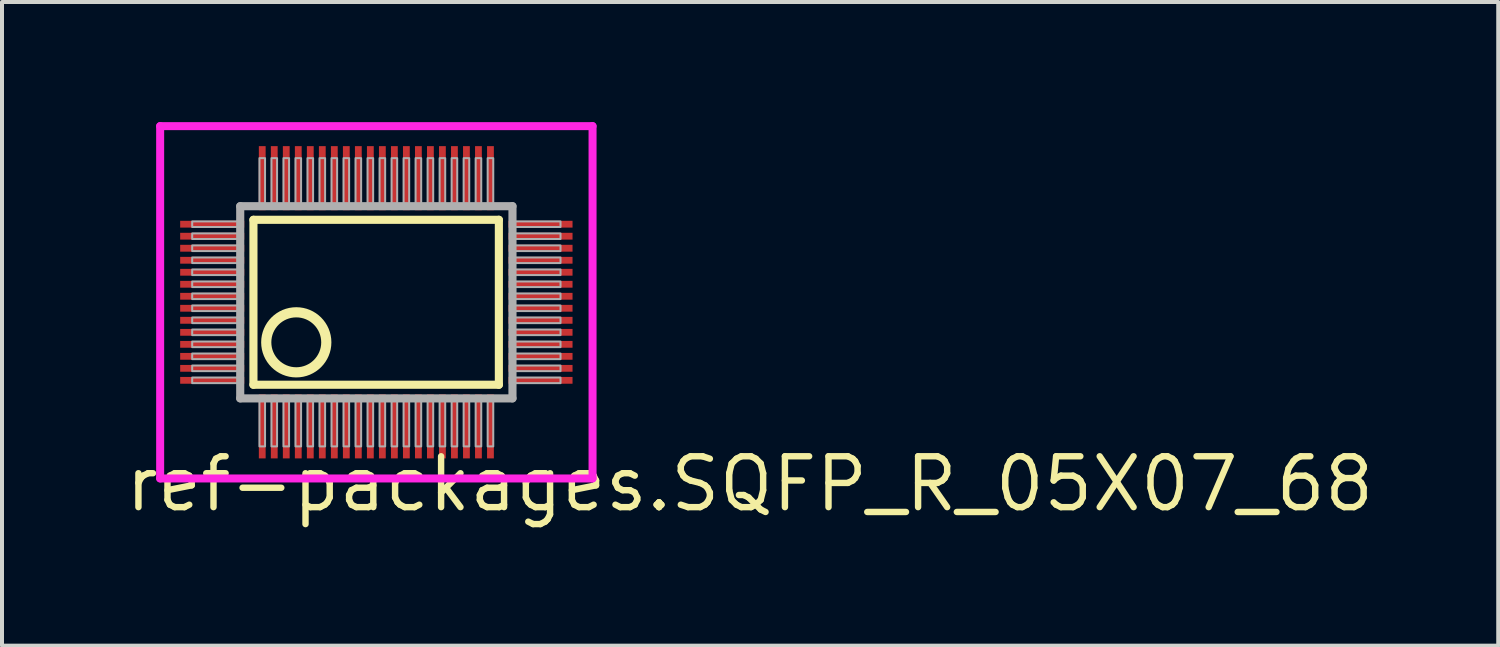
<source format=kicad_pcb>
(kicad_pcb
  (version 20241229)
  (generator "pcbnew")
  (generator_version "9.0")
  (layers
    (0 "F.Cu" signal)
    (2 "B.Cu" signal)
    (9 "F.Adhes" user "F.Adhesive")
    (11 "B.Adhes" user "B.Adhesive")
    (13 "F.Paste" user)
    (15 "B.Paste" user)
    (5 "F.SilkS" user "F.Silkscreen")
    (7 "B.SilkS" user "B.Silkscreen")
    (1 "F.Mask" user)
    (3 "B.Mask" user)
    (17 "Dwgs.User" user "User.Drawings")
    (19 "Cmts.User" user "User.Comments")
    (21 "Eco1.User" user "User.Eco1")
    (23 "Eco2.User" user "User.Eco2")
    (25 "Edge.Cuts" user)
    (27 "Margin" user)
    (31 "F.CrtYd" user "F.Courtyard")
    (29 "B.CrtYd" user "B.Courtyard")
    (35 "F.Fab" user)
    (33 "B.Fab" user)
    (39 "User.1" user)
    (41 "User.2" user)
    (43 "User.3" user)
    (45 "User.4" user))
  (footprint "ref-packages.SQFP_R_05X07_68"
    (layer "F.Cu")
    (at 6.35 4.5)
    (property "Reference" "ref-packages.SQFP_R_05X07_68" (at -6.35 5.28 0) (layer "F.SilkS") (effects (font (size 1.27 1.27) (thickness 0.16)) (justify left bottom)))
    (attr smd)
    (fp_line (start -3.07 -2.06) (end 3.06 -2.06) (stroke (width 0.203) (type default)) (layer "F.SilkS"))
    (fp_line (start -3.07 2.06) (end -3.07 -2.06) (stroke (width 0.203) (type default)) (layer "F.SilkS"))
    (fp_line (start 3.06 -2.06) (end 3.06 2.06) (stroke (width 0.203) (type default)) (layer "F.SilkS"))
    (fp_line (start 3.06 2.06) (end -3.07 2.06) (stroke (width 0.203) (type default)) (layer "F.SilkS"))
    (fp_circle (center -2 1) (end -1.25 1) (stroke (width 0.254) (type default)) (fill no) (layer "F.SilkS"))
    (fp_line (start -5.4 -4.4) (end 5.4 -4.4) (stroke (width 0.2) (type default)) (layer "F.CrtYd"))
    (fp_line (start -5.4 4.4) (end -5.4 -4.4) (stroke (width 0.2) (type default)) (layer "F.CrtYd"))
    (fp_line (start 5.4 -4.4) (end 5.4 4.4) (stroke (width 0.2) (type default)) (layer "F.CrtYd"))
    (fp_line (start 5.4 4.4) (end -5.4 4.4) (stroke (width 0.2) (type default)) (layer "F.CrtYd"))
    (fp_line (start -3.4 -2.4) (end -3.4 2.4) (stroke (width 0.203) (type default)) (layer "F.Fab"))
    (fp_line (start -3.4 2.4) (end 3.4 2.4) (stroke (width 0.203) (type default)) (layer "F.Fab"))
    (fp_line (start 3.4 -2.4) (end -3.4 -2.4) (stroke (width 0.203) (type default)) (layer "F.Fab"))
    (fp_line (start 3.4 2.4) (end 3.4 -2.4) (stroke (width 0.203) (type default)) (layer "F.Fab"))
    (fp_rect (start -4.6 -1.88) (end -3.45 -2.02) (stroke (width 0.05) (type default)) (fill no) (layer "F.Fab"))
    (fp_rect (start -4.6 -1.58) (end -3.45 -1.72) (stroke (width 0.05) (type default)) (fill no) (layer "F.Fab"))
    (fp_rect (start -4.6 -1.28) (end -3.45 -1.42) (stroke (width 0.05) (type default)) (fill no) (layer "F.Fab"))
    (fp_rect (start -4.6 -0.98) (end -3.45 -1.12) (stroke (width 0.05) (type default)) (fill no) (layer "F.Fab"))
    (fp_rect (start -4.6 -0.68) (end -3.45 -0.82) (stroke (width 0.05) (type default)) (fill no) (layer "F.Fab"))
    (fp_rect (start -4.6 -0.38) (end -3.45 -0.52) (stroke (width 0.05) (type default)) (fill no) (layer "F.Fab"))
    (fp_rect (start -4.6 -0.08) (end -3.45 -0.22) (stroke (width 0.05) (type default)) (fill no) (layer "F.Fab"))
    (fp_rect (start -4.6 0.22) (end -3.45 0.08) (stroke (width 0.05) (type default)) (fill no) (layer "F.Fab"))
    (fp_rect (start -4.6 0.52) (end -3.45 0.38) (stroke (width 0.05) (type default)) (fill no) (layer "F.Fab"))
    (fp_rect (start -4.6 0.82) (end -3.45 0.68) (stroke (width 0.05) (type default)) (fill no) (layer "F.Fab"))
    (fp_rect (start -4.6 1.12) (end -3.45 0.98) (stroke (width 0.05) (type default)) (fill no) (layer "F.Fab"))
    (fp_rect (start -4.6 1.42) (end -3.45 1.28) (stroke (width 0.05) (type default)) (fill no) (layer "F.Fab"))
    (fp_rect (start -4.6 1.72) (end -3.45 1.58) (stroke (width 0.05) (type default)) (fill no) (layer "F.Fab"))
    (fp_rect (start -4.6 2.02) (end -3.45 1.88) (stroke (width 0.05) (type default)) (fill no) (layer "F.Fab"))
    (fp_rect (start -2.92 -2.45) (end -2.78 -3.6) (stroke (width 0.05) (type default)) (fill no) (layer "F.Fab"))
    (fp_rect (start -2.92 3.6) (end -2.78 2.45) (stroke (width 0.05) (type default)) (fill no) (layer "F.Fab"))
    (fp_rect (start -2.62 -2.45) (end -2.48 -3.6) (stroke (width 0.05) (type default)) (fill no) (layer "F.Fab"))
    (fp_rect (start -2.62 3.6) (end -2.48 2.45) (stroke (width 0.05) (type default)) (fill no) (layer "F.Fab"))
    (fp_rect (start -2.32 -2.45) (end -2.18 -3.6) (stroke (width 0.05) (type default)) (fill no) (layer "F.Fab"))
    (fp_rect (start -2.32 3.6) (end -2.18 2.45) (stroke (width 0.05) (type default)) (fill no) (layer "F.Fab"))
    (fp_rect (start -2.02 -2.45) (end -1.88 -3.6) (stroke (width 0.05) (type default)) (fill no) (layer "F.Fab"))
    (fp_rect (start -2.02 3.6) (end -1.88 2.45) (stroke (width 0.05) (type default)) (fill no) (layer "F.Fab"))
    (fp_rect (start -1.72 -2.45) (end -1.58 -3.6) (stroke (width 0.05) (type default)) (fill no) (layer "F.Fab"))
    (fp_rect (start -1.72 3.6) (end -1.58 2.45) (stroke (width 0.05) (type default)) (fill no) (layer "F.Fab"))
    (fp_rect (start -1.42 -2.45) (end -1.28 -3.6) (stroke (width 0.05) (type default)) (fill no) (layer "F.Fab"))
    (fp_rect (start -1.42 3.6) (end -1.28 2.45) (stroke (width 0.05) (type default)) (fill no) (layer "F.Fab"))
    (fp_rect (start -1.12 -2.45) (end -0.98 -3.6) (stroke (width 0.05) (type default)) (fill no) (layer "F.Fab"))
    (fp_rect (start -1.12 3.6) (end -0.98 2.45) (stroke (width 0.05) (type default)) (fill no) (layer "F.Fab"))
    (fp_rect (start -0.82 -2.45) (end -0.68 -3.6) (stroke (width 0.05) (type default)) (fill no) (layer "F.Fab"))
    (fp_rect (start -0.82 3.6) (end -0.68 2.45) (stroke (width 0.05) (type default)) (fill no) (layer "F.Fab"))
    (fp_rect (start -0.52 -2.45) (end -0.38 -3.6) (stroke (width 0.05) (type default)) (fill no) (layer "F.Fab"))
    (fp_rect (start -0.52 3.6) (end -0.38 2.45) (stroke (width 0.05) (type default)) (fill no) (layer "F.Fab"))
    (fp_rect (start -0.22 -2.45) (end -0.08 -3.6) (stroke (width 0.05) (type default)) (fill no) (layer "F.Fab"))
    (fp_rect (start -0.22 3.6) (end -0.08 2.45) (stroke (width 0.05) (type default)) (fill no) (layer "F.Fab"))
    (fp_rect (start 0.08 -2.45) (end 0.22 -3.6) (stroke (width 0.05) (type default)) (fill no) (layer "F.Fab"))
    (fp_rect (start 0.08 3.6) (end 0.22 2.45) (stroke (width 0.05) (type default)) (fill no) (layer "F.Fab"))
    (fp_rect (start 0.38 -2.45) (end 0.52 -3.6) (stroke (width 0.05) (type default)) (fill no) (layer "F.Fab"))
    (fp_rect (start 0.38 3.6) (end 0.52 2.45) (stroke (width 0.05) (type default)) (fill no) (layer "F.Fab"))
    (fp_rect (start 0.68 -2.45) (end 0.82 -3.6) (stroke (width 0.05) (type default)) (fill no) (layer "F.Fab"))
    (fp_rect (start 0.68 3.6) (end 0.82 2.45) (stroke (width 0.05) (type default)) (fill no) (layer "F.Fab"))
    (fp_rect (start 0.98 -2.45) (end 1.12 -3.6) (stroke (width 0.05) (type default)) (fill no) (layer "F.Fab"))
    (fp_rect (start 0.98 3.6) (end 1.12 2.45) (stroke (width 0.05) (type default)) (fill no) (layer "F.Fab"))
    (fp_rect (start 1.28 -2.45) (end 1.42 -3.6) (stroke (width 0.05) (type default)) (fill no) (layer "F.Fab"))
    (fp_rect (start 1.28 3.6) (end 1.42 2.45) (stroke (width 0.05) (type default)) (fill no) (layer "F.Fab"))
    (fp_rect (start 1.58 -2.45) (end 1.72 -3.6) (stroke (width 0.05) (type default)) (fill no) (layer "F.Fab"))
    (fp_rect (start 1.58 3.6) (end 1.72 2.45) (stroke (width 0.05) (type default)) (fill no) (layer "F.Fab"))
    (fp_rect (start 1.88 -2.45) (end 2.02 -3.6) (stroke (width 0.05) (type default)) (fill no) (layer "F.Fab"))
    (fp_rect (start 1.88 3.6) (end 2.02 2.45) (stroke (width 0.05) (type default)) (fill no) (layer "F.Fab"))
    (fp_rect (start 2.18 -2.45) (end 2.32 -3.6) (stroke (width 0.05) (type default)) (fill no) (layer "F.Fab"))
    (fp_rect (start 2.18 3.6) (end 2.32 2.45) (stroke (width 0.05) (type default)) (fill no) (layer "F.Fab"))
    (fp_rect (start 2.48 -2.45) (end 2.62 -3.6) (stroke (width 0.05) (type default)) (fill no) (layer "F.Fab"))
    (fp_rect (start 2.48 3.6) (end 2.62 2.45) (stroke (width 0.05) (type default)) (fill no) (layer "F.Fab"))
    (fp_rect (start 2.78 -2.45) (end 2.92 -3.6) (stroke (width 0.05) (type default)) (fill no) (layer "F.Fab"))
    (fp_rect (start 2.78 3.6) (end 2.92 2.45) (stroke (width 0.05) (type default)) (fill no) (layer "F.Fab"))
    (fp_rect (start 3.45 -1.88) (end 4.6 -2.02) (stroke (width 0.05) (type default)) (fill no) (layer "F.Fab"))
    (fp_rect (start 3.45 -1.58) (end 4.6 -1.72) (stroke (width 0.05) (type default)) (fill no) (layer "F.Fab"))
    (fp_rect (start 3.45 -1.28) (end 4.6 -1.42) (stroke (width 0.05) (type default)) (fill no) (layer "F.Fab"))
    (fp_rect (start 3.45 -0.98) (end 4.6 -1.12) (stroke (width 0.05) (type default)) (fill no) (layer "F.Fab"))
    (fp_rect (start 3.45 -0.68) (end 4.6 -0.82) (stroke (width 0.05) (type default)) (fill no) (layer "F.Fab"))
    (fp_rect (start 3.45 -0.38) (end 4.6 -0.52) (stroke (width 0.05) (type default)) (fill no) (layer "F.Fab"))
    (fp_rect (start 3.45 -0.08) (end 4.6 -0.22) (stroke (width 0.05) (type default)) (fill no) (layer "F.Fab"))
    (fp_rect (start 3.45 0.22) (end 4.6 0.08) (stroke (width 0.05) (type default)) (fill no) (layer "F.Fab"))
    (fp_rect (start 3.45 0.52) (end 4.6 0.38) (stroke (width 0.05) (type default)) (fill no) (layer "F.Fab"))
    (fp_rect (start 3.45 0.82) (end 4.6 0.68) (stroke (width 0.05) (type default)) (fill no) (layer "F.Fab"))
    (fp_rect (start 3.45 1.12) (end 4.6 0.98) (stroke (width 0.05) (type default)) (fill no) (layer "F.Fab"))
    (fp_rect (start 3.45 1.42) (end 4.6 1.28) (stroke (width 0.05) (type default)) (fill no) (layer "F.Fab"))
    (fp_rect (start 3.45 1.72) (end 4.6 1.58) (stroke (width 0.05) (type default)) (fill no) (layer "F.Fab"))
    (fp_rect (start 3.45 2.02) (end 4.6 1.88) (stroke (width 0.05) (type default)) (fill no) (layer "F.Fab"))
    (pad "1" smd roundrect (at -2.85 3.1) (size 0.17 1.6) (layers "F.Cu" "F.Mask" "F.Paste") (roundrect_rratio 0.01))
    (pad "2" smd roundrect (at -2.55 3.1) (size 0.17 1.6) (layers "F.Cu" "F.Mask" "F.Paste") (roundrect_rratio 0.01))
    (pad "3" smd roundrect (at -2.25 3.1) (size 0.17 1.6) (layers "F.Cu" "F.Mask" "F.Paste") (roundrect_rratio 0.01))
    (pad "4" smd roundrect (at -1.95 3.1) (size 0.17 1.6) (layers "F.Cu" "F.Mask" "F.Paste") (roundrect_rratio 0.01))
    (pad "5" smd roundrect (at -1.65 3.1) (size 0.17 1.6) (layers "F.Cu" "F.Mask" "F.Paste") (roundrect_rratio 0.01))
    (pad "6" smd roundrect (at -1.35 3.1) (size 0.17 1.6) (layers "F.Cu" "F.Mask" "F.Paste") (roundrect_rratio 0.01))
    (pad "7" smd roundrect (at -1.05 3.1) (size 0.17 1.6) (layers "F.Cu" "F.Mask" "F.Paste") (roundrect_rratio 0.01))
    (pad "8" smd roundrect (at -0.75 3.1) (size 0.17 1.6) (layers "F.Cu" "F.Mask" "F.Paste") (roundrect_rratio 0.01))
    (pad "9" smd roundrect (at -0.45 3.1) (size 0.17 1.6) (layers "F.Cu" "F.Mask" "F.Paste") (roundrect_rratio 0.01))
    (pad "10" smd roundrect (at -0.15 3.1) (size 0.17 1.6) (layers "F.Cu" "F.Mask" "F.Paste") (roundrect_rratio 0.01))
    (pad "11" smd roundrect (at 0.15 3.1) (size 0.17 1.6) (layers "F.Cu" "F.Mask" "F.Paste") (roundrect_rratio 0.01))
    (pad "12" smd roundrect (at 0.45 3.1) (size 0.17 1.6) (layers "F.Cu" "F.Mask" "F.Paste") (roundrect_rratio 0.01))
    (pad "13" smd roundrect (at 0.75 3.1) (size 0.17 1.6) (layers "F.Cu" "F.Mask" "F.Paste") (roundrect_rratio 0.01))
    (pad "14" smd roundrect (at 1.05 3.1) (size 0.17 1.6) (layers "F.Cu" "F.Mask" "F.Paste") (roundrect_rratio 0.01))
    (pad "15" smd roundrect (at 1.35 3.1) (size 0.17 1.6) (layers "F.Cu" "F.Mask" "F.Paste") (roundrect_rratio 0.01))
    (pad "16" smd roundrect (at 1.65 3.1) (size 0.17 1.6) (layers "F.Cu" "F.Mask" "F.Paste") (roundrect_rratio 0.01))
    (pad "17" smd roundrect (at 1.95 3.1) (size 0.17 1.6) (layers "F.Cu" "F.Mask" "F.Paste") (roundrect_rratio 0.01))
    (pad "18" smd roundrect (at 2.25 3.1) (size 0.17 1.6) (layers "F.Cu" "F.Mask" "F.Paste") (roundrect_rratio 0.01))
    (pad "19" smd roundrect (at 2.55 3.1) (size 0.17 1.6) (layers "F.Cu" "F.Mask" "F.Paste") (roundrect_rratio 0.01))
    (pad "20" smd roundrect (at 2.85 3.1) (size 0.17 1.6) (layers "F.Cu" "F.Mask" "F.Paste") (roundrect_rratio 0.01))
    (pad "21" smd roundrect (at 4.1 1.95) (size 1.6 0.17) (layers "F.Cu" "F.Mask" "F.Paste") (roundrect_rratio 0.01))
    (pad "22" smd roundrect (at 4.1 1.65) (size 1.6 0.17) (layers "F.Cu" "F.Mask" "F.Paste") (roundrect_rratio 0.01))
    (pad "23" smd roundrect (at 4.1 1.35) (size 1.6 0.17) (layers "F.Cu" "F.Mask" "F.Paste") (roundrect_rratio 0.01))
    (pad "24" smd roundrect (at 4.1 1.05) (size 1.6 0.17) (layers "F.Cu" "F.Mask" "F.Paste") (roundrect_rratio 0.01))
    (pad "25" smd roundrect (at 4.1 0.75) (size 1.6 0.17) (layers "F.Cu" "F.Mask" "F.Paste") (roundrect_rratio 0.01))
    (pad "26" smd roundrect (at 4.1 0.45) (size 1.6 0.17) (layers "F.Cu" "F.Mask" "F.Paste") (roundrect_rratio 0.01))
    (pad "27" smd roundrect (at 4.1 0.15) (size 1.6 0.17) (layers "F.Cu" "F.Mask" "F.Paste") (roundrect_rratio 0.01))
    (pad "28" smd roundrect (at 4.1 -0.15) (size 1.6 0.17) (layers "F.Cu" "F.Mask" "F.Paste") (roundrect_rratio 0.01))
    (pad "29" smd roundrect (at 4.1 -0.45) (size 1.6 0.17) (layers "F.Cu" "F.Mask" "F.Paste") (roundrect_rratio 0.01))
    (pad "30" smd roundrect (at 4.1 -0.75) (size 1.6 0.17) (layers "F.Cu" "F.Mask" "F.Paste") (roundrect_rratio 0.01))
    (pad "31" smd roundrect (at 4.1 -1.05) (size 1.6 0.17) (layers "F.Cu" "F.Mask" "F.Paste") (roundrect_rratio 0.01))
    (pad "32" smd roundrect (at 4.1 -1.35) (size 1.6 0.17) (layers "F.Cu" "F.Mask" "F.Paste") (roundrect_rratio 0.01))
    (pad "33" smd roundrect (at 4.1 -1.65) (size 1.6 0.17) (layers "F.Cu" "F.Mask" "F.Paste") (roundrect_rratio 0.01))
    (pad "34" smd roundrect (at 4.1 -1.95) (size 1.6 0.17) (layers "F.Cu" "F.Mask" "F.Paste") (roundrect_rratio 0.01))
    (pad "35" smd roundrect (at 2.85 -3.1) (size 0.17 1.6) (layers "F.Cu" "F.Mask" "F.Paste") (roundrect_rratio 0.01))
    (pad "36" smd roundrect (at 2.55 -3.1) (size 0.17 1.6) (layers "F.Cu" "F.Mask" "F.Paste") (roundrect_rratio 0.01))
    (pad "37" smd roundrect (at 2.25 -3.1) (size 0.17 1.6) (layers "F.Cu" "F.Mask" "F.Paste") (roundrect_rratio 0.01))
    (pad "38" smd roundrect (at 1.95 -3.1) (size 0.17 1.6) (layers "F.Cu" "F.Mask" "F.Paste") (roundrect_rratio 0.01))
    (pad "39" smd roundrect (at 1.65 -3.1) (size 0.17 1.6) (layers "F.Cu" "F.Mask" "F.Paste") (roundrect_rratio 0.01))
    (pad "40" smd roundrect (at 1.35 -3.1) (size 0.17 1.6) (layers "F.Cu" "F.Mask" "F.Paste") (roundrect_rratio 0.01))
    (pad "41" smd roundrect (at 1.05 -3.1) (size 0.17 1.6) (layers "F.Cu" "F.Mask" "F.Paste") (roundrect_rratio 0.01))
    (pad "42" smd roundrect (at 0.75 -3.1) (size 0.17 1.6) (layers "F.Cu" "F.Mask" "F.Paste") (roundrect_rratio 0.01))
    (pad "43" smd roundrect (at 0.45 -3.1) (size 0.17 1.6) (layers "F.Cu" "F.Mask" "F.Paste") (roundrect_rratio 0.01))
    (pad "44" smd roundrect (at 0.15 -3.1) (size 0.17 1.6) (layers "F.Cu" "F.Mask" "F.Paste") (roundrect_rratio 0.01))
    (pad "45" smd roundrect (at -0.15 -3.1) (size 0.17 1.6) (layers "F.Cu" "F.Mask" "F.Paste") (roundrect_rratio 0.01))
    (pad "46" smd roundrect (at -0.45 -3.1) (size 0.17 1.6) (layers "F.Cu" "F.Mask" "F.Paste") (roundrect_rratio 0.01))
    (pad "47" smd roundrect (at -0.75 -3.1) (size 0.17 1.6) (layers "F.Cu" "F.Mask" "F.Paste") (roundrect_rratio 0.01))
    (pad "48" smd roundrect (at -1.05 -3.1) (size 0.17 1.6) (layers "F.Cu" "F.Mask" "F.Paste") (roundrect_rratio 0.01))
    (pad "49" smd roundrect (at -1.35 -3.1) (size 0.17 1.6) (layers "F.Cu" "F.Mask" "F.Paste") (roundrect_rratio 0.01))
    (pad "50" smd roundrect (at -1.65 -3.1) (size 0.17 1.6) (layers "F.Cu" "F.Mask" "F.Paste") (roundrect_rratio 0.01))
    (pad "51" smd roundrect (at -1.95 -3.1) (size 0.17 1.6) (layers "F.Cu" "F.Mask" "F.Paste") (roundrect_rratio 0.01))
    (pad "52" smd roundrect (at -2.25 -3.1) (size 0.17 1.6) (layers "F.Cu" "F.Mask" "F.Paste") (roundrect_rratio 0.01))
    (pad "53" smd roundrect (at -2.55 -3.1) (size 0.17 1.6) (layers "F.Cu" "F.Mask" "F.Paste") (roundrect_rratio 0.01))
    (pad "54" smd roundrect (at -2.85 -3.1) (size 0.17 1.6) (layers "F.Cu" "F.Mask" "F.Paste") (roundrect_rratio 0.01))
    (pad "55" smd roundrect (at -4.1 -1.95) (size 1.6 0.17) (layers "F.Cu" "F.Mask" "F.Paste") (roundrect_rratio 0.01))
    (pad "56" smd roundrect (at -4.1 -1.65) (size 1.6 0.17) (layers "F.Cu" "F.Mask" "F.Paste") (roundrect_rratio 0.01))
    (pad "57" smd roundrect (at -4.1 -1.35) (size 1.6 0.17) (layers "F.Cu" "F.Mask" "F.Paste") (roundrect_rratio 0.01))
    (pad "58" smd roundrect (at -4.1 -1.05) (size 1.6 0.17) (layers "F.Cu" "F.Mask" "F.Paste") (roundrect_rratio 0.01))
    (pad "59" smd roundrect (at -4.1 -0.75) (size 1.6 0.17) (layers "F.Cu" "F.Mask" "F.Paste") (roundrect_rratio 0.01))
    (pad "60" smd roundrect (at -4.1 -0.45) (size 1.6 0.17) (layers "F.Cu" "F.Mask" "F.Paste") (roundrect_rratio 0.01))
    (pad "61" smd roundrect (at -4.1 -0.15) (size 1.6 0.17) (layers "F.Cu" "F.Mask" "F.Paste") (roundrect_rratio 0.01))
    (pad "62" smd roundrect (at -4.1 0.15) (size 1.6 0.17) (layers "F.Cu" "F.Mask" "F.Paste") (roundrect_rratio 0.01))
    (pad "63" smd roundrect (at -4.1 0.45) (size 1.6 0.17) (layers "F.Cu" "F.Mask" "F.Paste") (roundrect_rratio 0.01))
    (pad "64" smd roundrect (at -4.1 0.75) (size 1.6 0.17) (layers "F.Cu" "F.Mask" "F.Paste") (roundrect_rratio 0.01))
    (pad "65" smd roundrect (at -4.1 1.05) (size 1.6 0.17) (layers "F.Cu" "F.Mask" "F.Paste") (roundrect_rratio 0.01))
    (pad "66" smd roundrect (at -4.1 1.35) (size 1.6 0.17) (layers "F.Cu" "F.Mask" "F.Paste") (roundrect_rratio 0.01))
    (pad "67" smd roundrect (at -4.1 1.65) (size 1.6 0.17) (layers "F.Cu" "F.Mask" "F.Paste") (roundrect_rratio 0.01))
    (pad "68" smd roundrect (at -4.1 1.95) (size 1.6 0.17) (layers "F.Cu" "F.Mask" "F.Paste") (roundrect_rratio 0.01)))
  (gr_rect
    (start -3 -3)
    (end 34.371 13.077)
    (stroke (width 0.1) (type default))
    (fill no)
    (layer "Edge.Cuts")))
</source>
